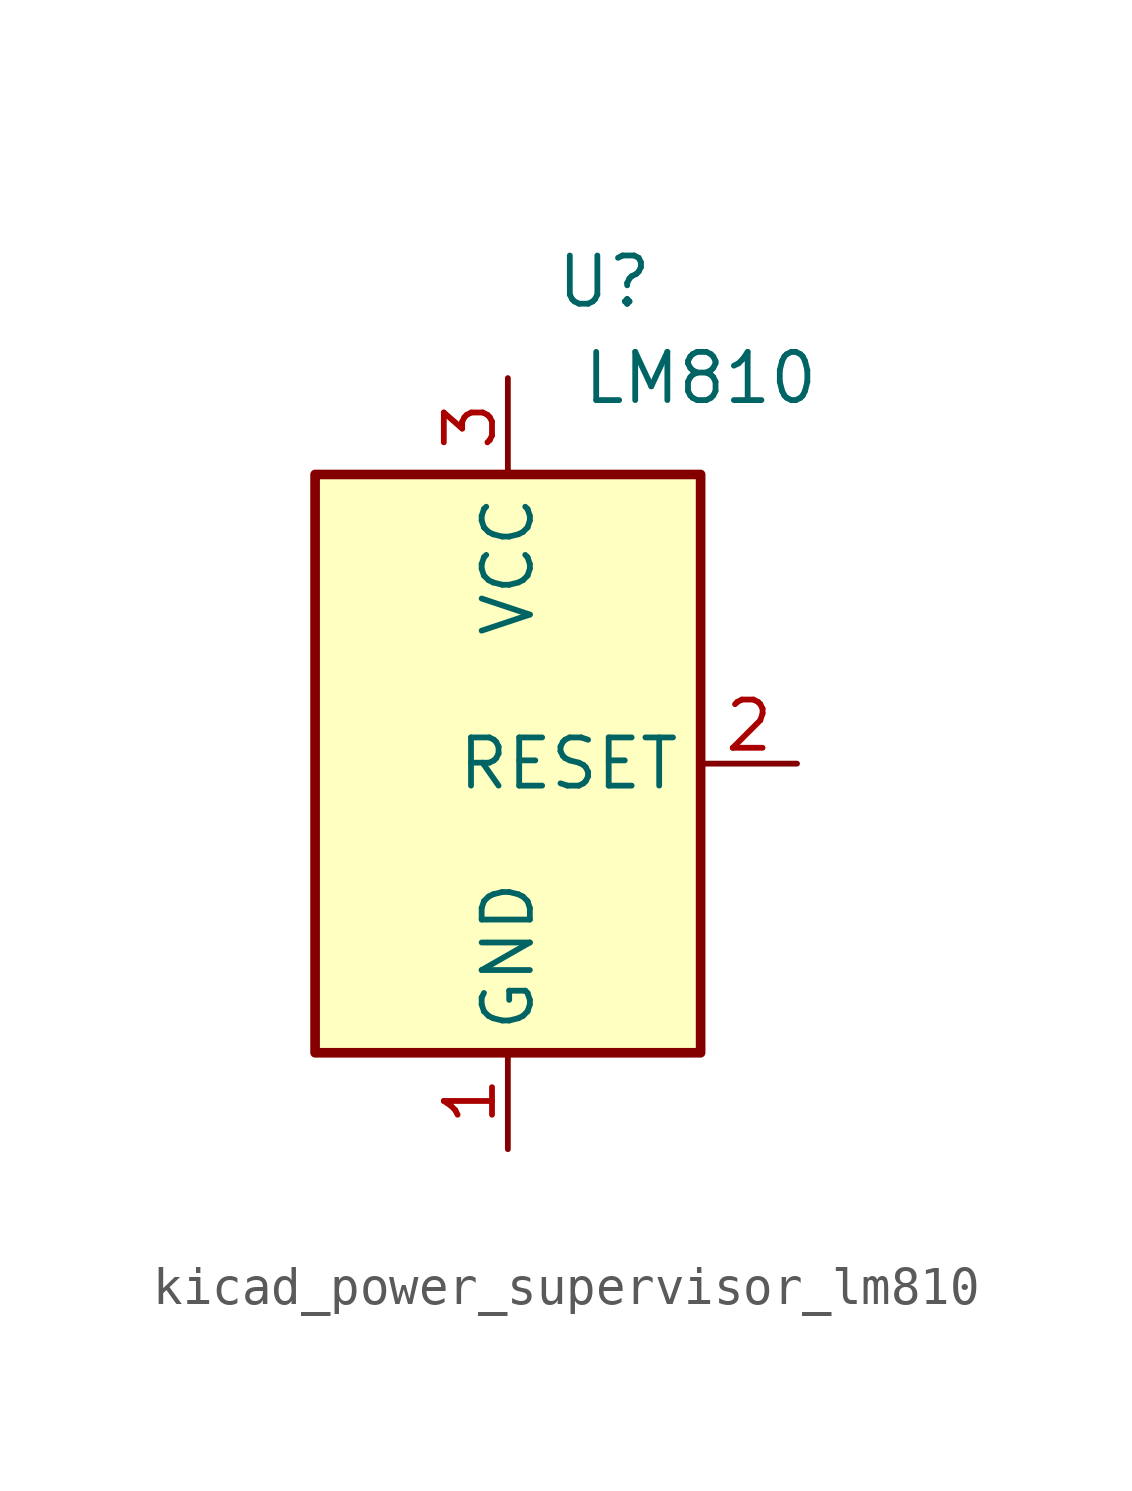
<source format=kicad_sym>
(kicad_symbol_lib
  (version 20220914)
  (generator kicad_symbol_editor)
  (symbol "kicad_power_supervisor_lm810"
    (property "Reference" "U"
      (at 2.54 12.7 0)
      (effects (font (size 1.27 1.27))))
    (property "Value" "LM810"
      (at 5.08 10.16 0)
      (effects (font (size 1.27 1.27))))
    (symbol "kicad_power_supervisor_lm810_0_1"
      (rectangle (start 5.08 7.62) (end -5.08 -7.62) (stroke (width 0.254) (type default)) (fill (type background))))
    (symbol "kicad_power_supervisor_lm810_1_1"
      (pin power_in line (at 0 -10.16 90) (length 2.54) (name "GND" (effects (font (size 1.27 1.27)))) (number "1" (effects (font (size 1.27 1.27)))))
      (pin output line (at 7.62 0 180) (length 2.54) (name "RESET" (effects (font (size 1.27 1.27)))) (number "2" (effects (font (size 1.27 1.27)))))
      (pin power_in line (at 0 10.16 270) (length 2.54) (name "VCC" (effects (font (size 1.27 1.27)))) (number "3" (effects (font (size 1.27 1.27))))))))
</source>
